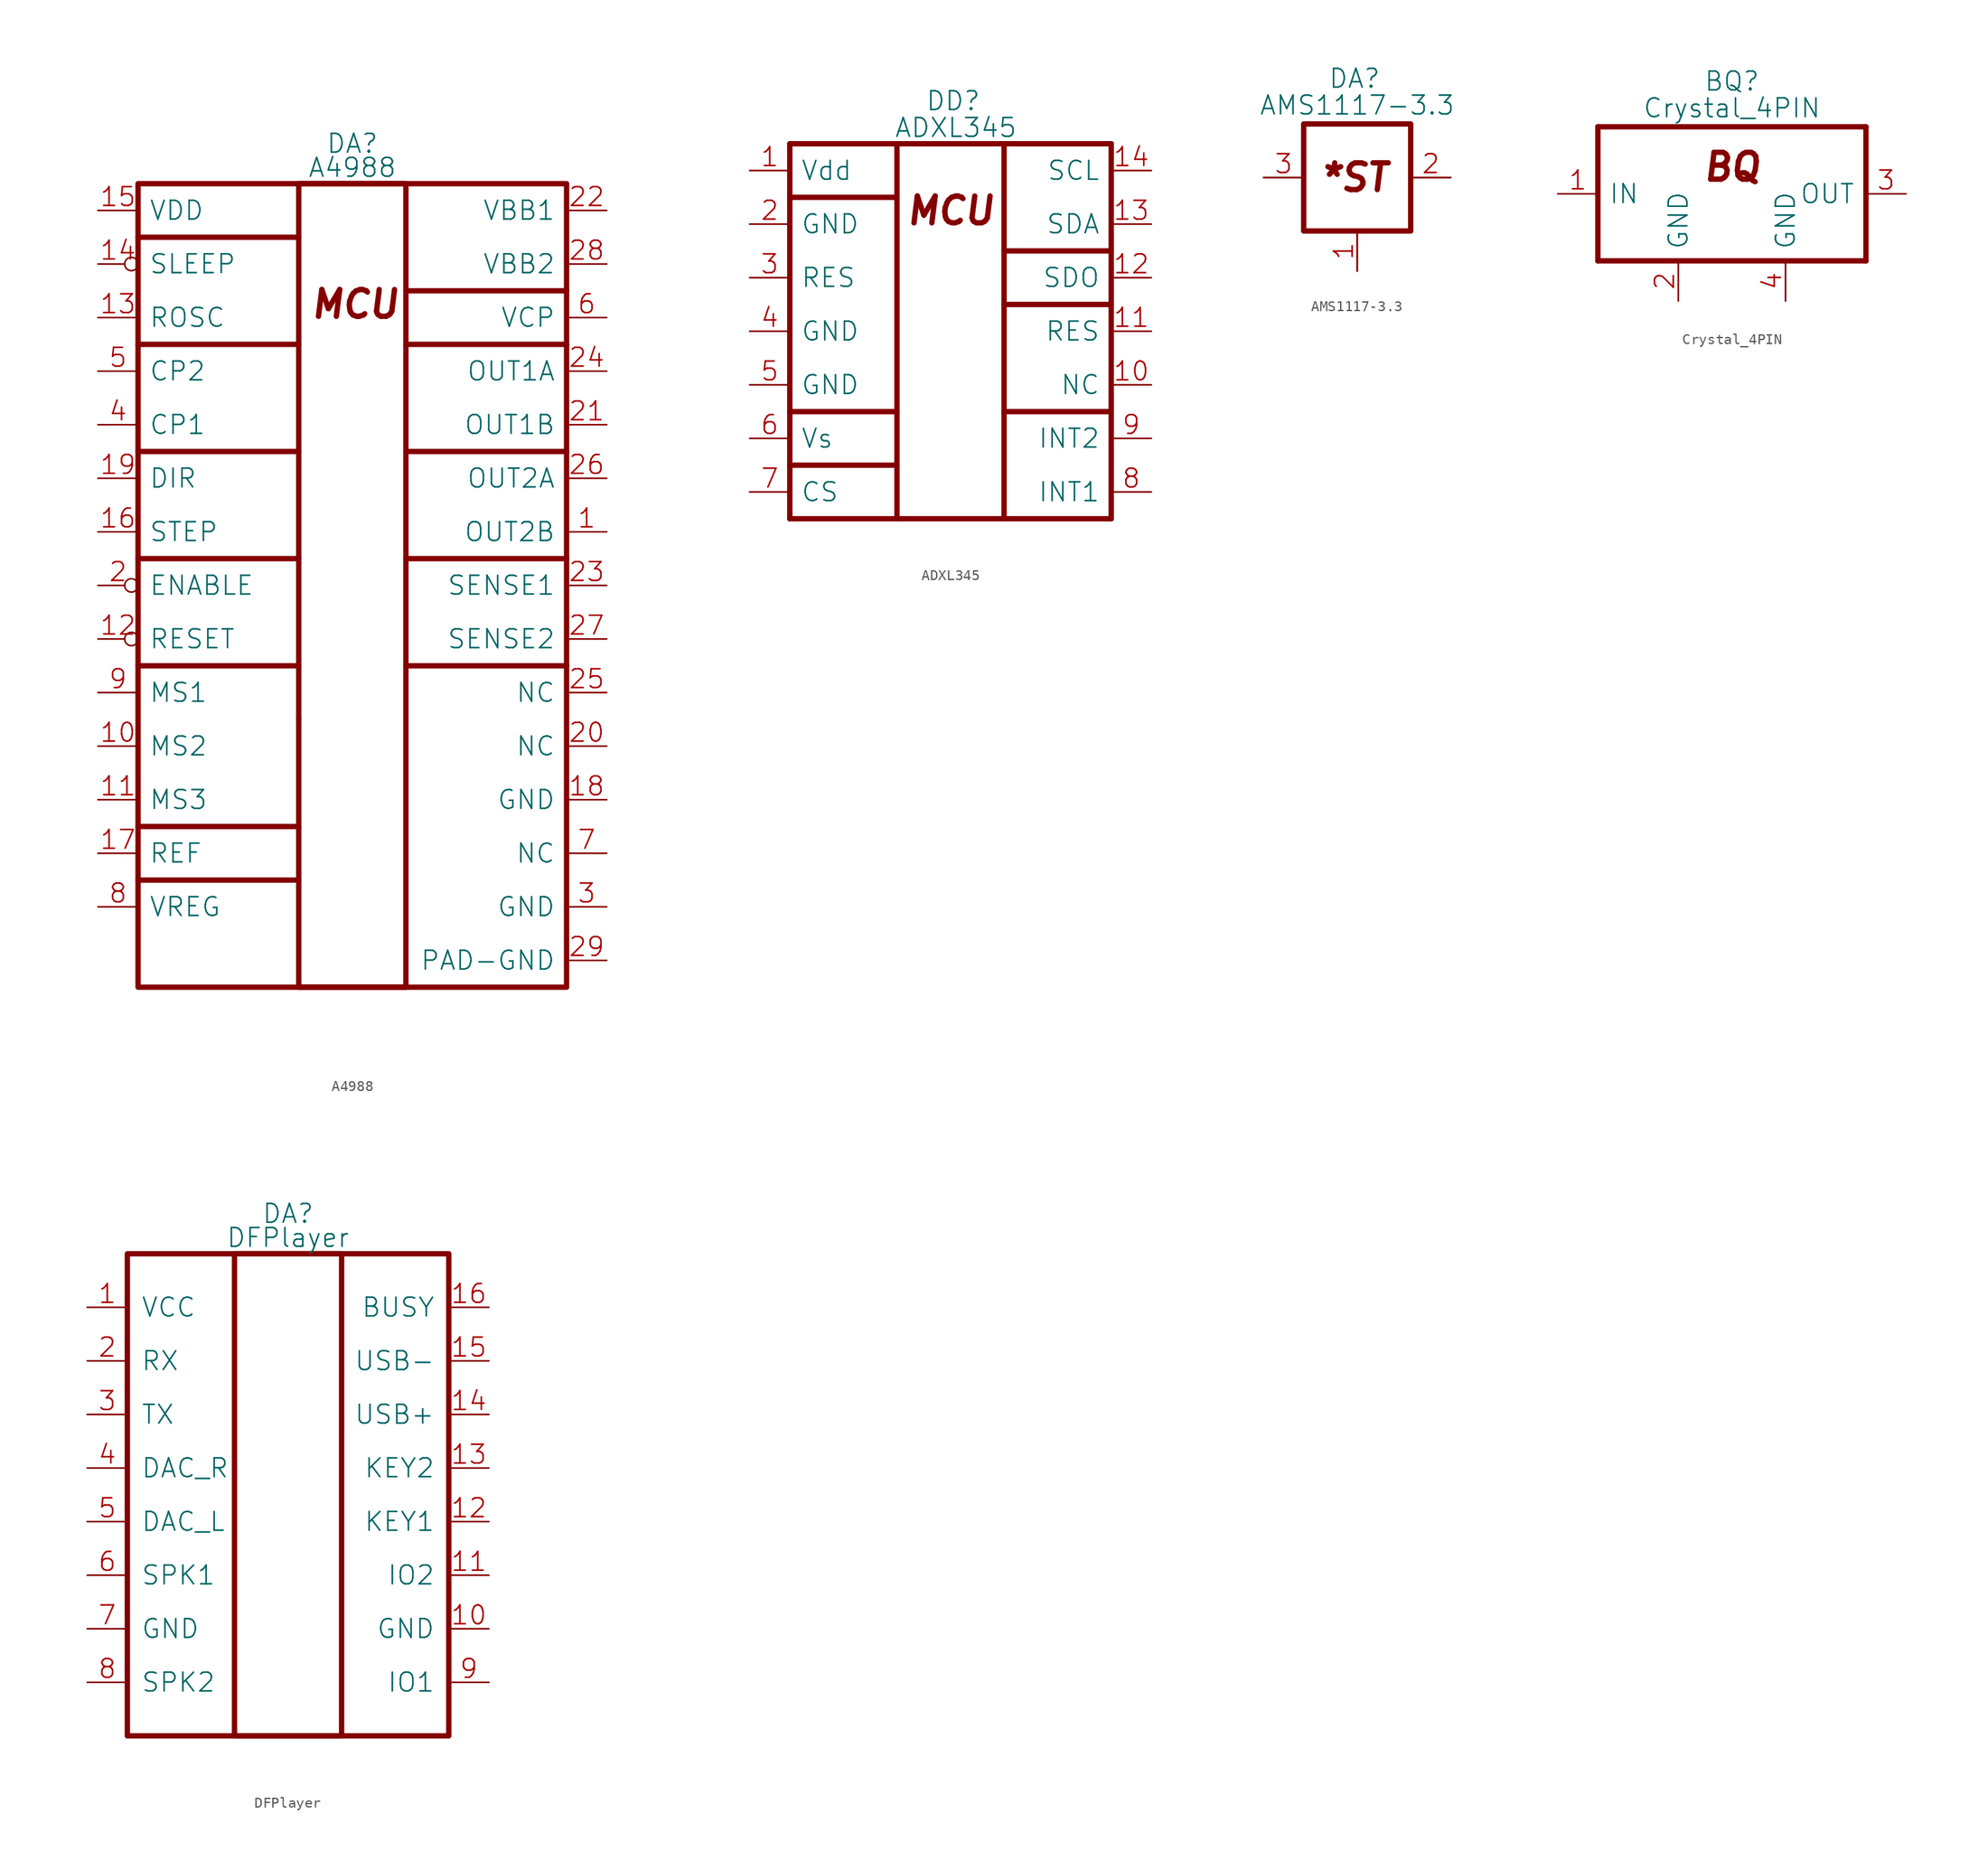
<source format=kicad_sym>
(kicad_symbol_lib
  (version 20211014)
  (generator kicad_symbol_editor)
  (symbol "A4988"
    (pin_names
      (offset 1.016))
    (property "Reference" "DA"
      (at 0 3.81 0)
      (effects (font (size 1.778 1.778))))
    (property "Value" "A4988"
      (at 0 1.524 0)
      (effects (font (size 1.778 1.778))))
    (symbol "A4988_0_1"
      (rectangle (start -20.32 0) (end 20.32 -76.2) (stroke (width 0.508) (type default) (color 0 0 0 0)) (fill (type none)))
      (rectangle (start -5.08 -50.8) (end -5.08 -50.8) (stroke (width 0.508) (type default) (color 0 0 0 0)) (fill (type none)))
      (rectangle (start -5.08 0) (end 5.08 -76.2) (stroke (width 0.508) (type default) (color 0 0 0 0)) (fill (type none)))
      (polyline (pts (xy -20.32 -66.04) (xy -5.08 -66.04)) (stroke (width 0.508) (type default) (color 0 0 0 0)) (fill (type none)))
      (polyline (pts (xy -20.32 -60.96) (xy -5.08 -60.96)) (stroke (width 0.508) (type default) (color 0 0 0 0)) (fill (type none)))
      (polyline (pts (xy -20.32 -45.72) (xy -5.08 -45.72)) (stroke (width 0.508) (type default) (color 0 0 0 0)) (fill (type none)))
      (polyline (pts (xy -20.32 -35.56) (xy -5.08 -35.56)) (stroke (width 0.508) (type default) (color 0 0 0 0)) (fill (type none)))
      (polyline (pts (xy -20.32 -25.4) (xy -5.08 -25.4)) (stroke (width 0.508) (type default) (color 0 0 0 0)) (fill (type none)))
      (polyline (pts (xy -20.32 -5.08) (xy -5.08 -5.08)) (stroke (width 0.508) (type default) (color 0 0 0 0)) (fill (type none)))
      (polyline (pts (xy -5.08 -15.24) (xy -20.32 -15.24)) (stroke (width 0.508) (type default) (color 0 0 0 0)) (fill (type none)))
      (polyline (pts (xy 20.32 -45.72) (xy 5.08 -45.72)) (stroke (width 0.508) (type default) (color 0 0 0 0)) (fill (type none)))
      (polyline (pts (xy 20.32 -35.56) (xy 5.08 -35.56)) (stroke (width 0.508) (type default) (color 0 0 0 0)) (fill (type none)))
      (polyline (pts (xy 20.32 -25.4) (xy 5.08 -25.4)) (stroke (width 0.508) (type default) (color 0 0 0 0)) (fill (type none)))
      (polyline (pts (xy 20.32 -15.24) (xy 5.08 -15.24)) (stroke (width 0.508) (type default) (color 0 0 0 0)) (fill (type none)))
      (polyline (pts (xy 20.32 -10.16) (xy 5.08 -10.16)) (stroke (width 0.508) (type default) (color 0 0 0 0)) (fill (type none)))
      (pin output line (at 24.13 -33.02 180) (length 3.81) (name "OUT2B" (effects (font (size 1.778 1.778)))) (number "1" (effects (font (size 1.778 1.778))))))
    (symbol "A4988_1_1"
      (text "MCU" (at 0.254 -11.43 0) (effects (font (size 2.54 2.54) bold italic)))
      (pin input line (at -24.13 -53.34 0) (length 3.81) (name "MS2" (effects (font (size 1.778 1.778)))) (number "10" (effects (font (size 1.778 1.778)))))
      (pin input line (at -24.13 -58.42 0) (length 3.81) (name "MS3" (effects (font (size 1.778 1.778)))) (number "11" (effects (font (size 1.778 1.778)))))
      (pin input inverted (at -24.13 -43.18 0) (length 3.81) (name "RESET" (effects (font (size 1.778 1.778)))) (number "12" (effects (font (size 1.778 1.778)))))
      (pin input line (at -24.13 -12.7 0) (length 3.81) (name "ROSC" (effects (font (size 1.778 1.778)))) (number "13" (effects (font (size 1.778 1.778)))))
      (pin input inverted (at -24.13 -7.62 0) (length 3.81) (name "SLEEP" (effects (font (size 1.778 1.778)))) (number "14" (effects (font (size 1.778 1.778)))))
      (pin power_in line (at -24.13 -2.54 0) (length 3.81) (name "VDD" (effects (font (size 1.778 1.778)))) (number "15" (effects (font (size 1.778 1.778)))))
      (pin input line (at -24.13 -33.02 0) (length 3.81) (name "STEP" (effects (font (size 1.778 1.778)))) (number "16" (effects (font (size 1.778 1.778)))))
      (pin power_in line (at -24.13 -63.5 0) (length 3.81) (name "REF" (effects (font (size 1.778 1.778)))) (number "17" (effects (font (size 1.778 1.778)))))
      (pin power_in line (at 24.13 -58.42 180) (length 3.81) (name "GND" (effects (font (size 1.778 1.778)))) (number "18" (effects (font (size 1.778 1.778)))))
      (pin input line (at -24.13 -27.94 0) (length 3.81) (name "DIR" (effects (font (size 1.778 1.778)))) (number "19" (effects (font (size 1.778 1.778)))))
      (pin input inverted (at -24.13 -38.1 0) (length 3.81) (name "ENABLE" (effects (font (size 1.778 1.778)))) (number "2" (effects (font (size 1.778 1.778)))))
      (pin unspecified line (at 24.13 -53.34 180) (length 3.81) (name "NC" (effects (font (size 1.778 1.778)))) (number "20" (effects (font (size 1.778 1.778)))))
      (pin output line (at 24.13 -22.86 180) (length 3.81) (name "OUT1B" (effects (font (size 1.778 1.778)))) (number "21" (effects (font (size 1.778 1.778)))))
      (pin power_in line (at 24.13 -2.54 180) (length 3.81) (name "VBB1" (effects (font (size 1.778 1.778)))) (number "22" (effects (font (size 1.778 1.778)))))
      (pin input line (at 24.13 -38.1 180) (length 3.81) (name "SENSE1" (effects (font (size 1.778 1.778)))) (number "23" (effects (font (size 1.778 1.778)))))
      (pin output line (at 24.13 -17.78 180) (length 3.81) (name "OUT1A" (effects (font (size 1.778 1.778)))) (number "24" (effects (font (size 1.778 1.778)))))
      (pin unspecified line (at 24.13 -48.26 180) (length 3.81) (name "NC" (effects (font (size 1.778 1.778)))) (number "25" (effects (font (size 1.778 1.778)))))
      (pin output line (at 24.13 -27.94 180) (length 3.81) (name "OUT2A" (effects (font (size 1.778 1.778)))) (number "26" (effects (font (size 1.778 1.778)))))
      (pin input line (at 24.13 -43.18 180) (length 3.81) (name "SENSE2" (effects (font (size 1.778 1.778)))) (number "27" (effects (font (size 1.778 1.778)))))
      (pin power_in line (at 24.13 -7.62 180) (length 3.81) (name "VBB2" (effects (font (size 1.778 1.778)))) (number "28" (effects (font (size 1.778 1.778)))))
      (pin output line (at 24.13 -73.66 180) (length 3.81) (name "PAD-GND" (effects (font (size 1.778 1.778)))) (number "29" (effects (font (size 1.778 1.778)))))
      (pin power_in line (at 24.13 -68.58 180) (length 3.81) (name "GND" (effects (font (size 1.778 1.778)))) (number "3" (effects (font (size 1.778 1.778)))))
      (pin bidirectional line (at -24.13 -22.86 0) (length 3.81) (name "CP1" (effects (font (size 1.778 1.778)))) (number "4" (effects (font (size 1.778 1.778)))))
      (pin bidirectional line (at -24.13 -17.78 0) (length 3.81) (name "CP2" (effects (font (size 1.778 1.778)))) (number "5" (effects (font (size 1.778 1.778)))))
      (pin bidirectional line (at 24.13 -12.7 180) (length 3.81) (name "VCP" (effects (font (size 1.778 1.778)))) (number "6" (effects (font (size 1.778 1.778)))))
      (pin unspecified line (at 24.13 -63.5 180) (length 3.81) (name "NC" (effects (font (size 1.778 1.778)))) (number "7" (effects (font (size 1.778 1.778)))))
      (pin power_out line (at -24.13 -68.58 0) (length 3.81) (name "VREG" (effects (font (size 1.778 1.778)))) (number "8" (effects (font (size 1.778 1.778)))))
      (pin input line (at -24.13 -48.26 0) (length 3.81) (name "MS1" (effects (font (size 1.778 1.778)))) (number "9" (effects (font (size 1.778 1.778)))))))
  (symbol "ADXL345"
    (pin_names
      (offset 1.016))
    (property "Reference" "DD"
      (at 0.254 14.224 0)
      (effects (font (size 1.778 1.778))))
    (property "Value" "ADXL345"
      (at 0.508 11.684 0)
      (effects (font (size 1.778 1.778))))
    (symbol "ADXL345_0_1"
      (polyline (pts (xy -15.24 -20.32) (xy -5.08 -20.32)) (stroke (width 0.508) (type default) (color 0 0 0 0)) (fill (type none)))
      (polyline (pts (xy -15.24 5.08) (xy -5.08 5.08)) (stroke (width 0.508) (type default) (color 0 0 0 0)) (fill (type none)))
      (polyline (pts (xy 15.24 -15.24) (xy 5.08 -15.24)) (stroke (width 0.508) (type default) (color 0 0 0 0)) (fill (type none)))
      (polyline (pts (xy 15.24 -5.08) (xy 5.08 -5.08)) (stroke (width 0.508) (type default) (color 0 0 0 0)) (fill (type none)))
      (polyline (pts (xy 15.24 0) (xy 5.08 0)) (stroke (width 0.508) (type default) (color 0 0 0 0)) (fill (type none)))
      (polyline (pts (xy 15.24 10.16) (xy -15.24 10.16)) (stroke (width 0.508) (type default) (color 0 0 0 0)) (fill (type none))))
    (symbol "ADXL345_1_1"
      (polyline (pts (xy -15.24 -25.4) (xy 15.24 -25.4)) (stroke (width 0.508) (type default) (color 0 0 0 0)) (fill (type none)))
      (polyline (pts (xy -15.24 -15.24) (xy -5.08 -15.24)) (stroke (width 0.508) (type default) (color 0 0 0 0)) (fill (type none)))
      (polyline (pts (xy -15.24 10.16) (xy -15.24 -25.4)) (stroke (width 0.508) (type default) (color 0 0 0 0)) (fill (type none)))
      (polyline (pts (xy -5.08 10.16) (xy -5.08 -25.4)) (stroke (width 0.508) (type default) (color 0 0 0 0)) (fill (type none)))
      (polyline (pts (xy 5.08 10.16) (xy 5.08 -25.4)) (stroke (width 0.508) (type default) (color 0 0 0 0)) (fill (type none)))
      (polyline (pts (xy 15.24 -25.4) (xy 15.24 10.16)) (stroke (width 0.508) (type default) (color 0 0 0 0)) (fill (type none)))
      (text "MCU" (at 0 3.81 0) (effects (font (size 2.54 2.54) bold italic)))
      (pin power_out line (at -19.05 7.62 0) (length 3.81) (name "Vdd" (effects (font (size 1.778 1.778)))) (number "1" (effects (font (size 1.778 1.778)))))
      (pin unspecified line (at 19.05 -12.7 180) (length 3.81) (name "NC" (effects (font (size 1.778 1.778)))) (number "10" (effects (font (size 1.778 1.778)))))
      (pin unspecified line (at 19.05 -7.62 180) (length 3.81) (name "RES" (effects (font (size 1.778 1.778)))) (number "11" (effects (font (size 1.778 1.778)))))
      (pin output line (at 19.05 -2.54 180) (length 3.81) (name "SDO" (effects (font (size 1.778 1.778)))) (number "12" (effects (font (size 1.778 1.778)))))
      (pin bidirectional line (at 19.05 2.54 180) (length 3.81) (name "SDA" (effects (font (size 1.778 1.778)))) (number "13" (effects (font (size 1.778 1.778)))))
      (pin bidirectional line (at 19.05 7.62 180) (length 3.81) (name "SCL" (effects (font (size 1.778 1.778)))) (number "14" (effects (font (size 1.778 1.778)))))
      (pin power_in line (at -19.05 2.54 0) (length 3.81) (name "GND" (effects (font (size 1.778 1.778)))) (number "2" (effects (font (size 1.778 1.778)))))
      (pin unspecified line (at -19.05 -2.54 0) (length 3.81) (name "RES" (effects (font (size 1.778 1.778)))) (number "3" (effects (font (size 1.778 1.778)))))
      (pin power_in line (at -19.05 -7.62 0) (length 3.81) (name "GND" (effects (font (size 1.778 1.778)))) (number "4" (effects (font (size 1.778 1.778)))))
      (pin power_in line (at -19.05 -12.7 0) (length 3.81) (name "GND" (effects (font (size 1.778 1.778)))) (number "5" (effects (font (size 1.778 1.778)))))
      (pin power_in line (at -19.05 -17.78 0) (length 3.81) (name "Vs" (effects (font (size 1.778 1.778)))) (number "6" (effects (font (size 1.778 1.778)))))
      (pin input line (at -19.05 -22.86 0) (length 3.81) (name "CS" (effects (font (size 1.778 1.778)))) (number "7" (effects (font (size 1.778 1.778)))))
      (pin output line (at 19.05 -22.86 180) (length 3.81) (name "INT1" (effects (font (size 1.778 1.778)))) (number "8" (effects (font (size 1.778 1.778)))))
      (pin output line (at 19.05 -17.78 180) (length 3.81) (name "INT2" (effects (font (size 1.778 1.778)))) (number "9" (effects (font (size 1.778 1.778)))))))
  (symbol "AMS1117-3.3"
    (pin_names
      (offset 1.016) hide)
    (property "Reference" "DA"
      (at -0.254 9.398 0)
      (effects (font (size 1.778 1.778))))
    (property "Value" "AMS1117-3.3"
      (at 0 6.858 0)
      (effects (font (size 1.778 1.778))))
    (symbol "AMS1117-3.3_1_1"
      (rectangle (start -5.08 5.08) (end 5.08 -5.08) (stroke (width 0.508) (type default) (color 0 0 0 0)) (fill (type none)))
      (polyline (pts (xy -8.89 0) (xy -5.08 0)) (stroke (width 0) (type default) (color 0 0 0 0)) (fill (type none)))
      (polyline (pts (xy 0 -5.08) (xy 0 -8.89)) (stroke (width 0) (type default) (color 0 0 0 0)) (fill (type none)))
      (polyline (pts (xy 5.08 0) (xy 8.89 0)) (stroke (width 0) (type default) (color 0 0 0 0)) (fill (type none)))
      (text "*ST" (at -0.254 0 0) (effects (font (size 2.54 2.54) bold italic)))
      (pin power_in line (at 0 -8.89 90) (length 3.81) (name "GND" (effects (font (size 1.778 1.778)))) (number "1" (effects (font (size 1.778 1.778)))))
      (pin power_out line (at 8.89 0 180) (length 3.81) (name "OUT" (effects (font (size 1.778 1.778)))) (number "2" (effects (font (size 1.778 1.778)))))
      (pin power_in line (at -8.89 0 0) (length 3.81) (name "IN" (effects (font (size 1.778 1.778)))) (number "3" (effects (font (size 1.778 1.778)))))))
  (symbol "Crystal_4PIN"
    (pin_names
      (offset 1.016))
    (property "Reference" "BQ"
      (at 0 14.478 0)
      (effects (font (size 1.778 1.778))))
    (property "Value" "Crystal_4PIN"
      (at 0 11.938 0)
      (effects (font (size 1.778 1.778))))
    (symbol "Crystal_4PIN_0_1"
      (polyline (pts (xy -12.7 -2.54) (xy 12.7 -2.54)) (stroke (width 0.508) (type default) (color 0 0 0 0)) (fill (type none)))
      (polyline (pts (xy -12.7 10.16) (xy -12.7 -2.54)) (stroke (width 0.508) (type default) (color 0 0 0 0)) (fill (type none)))
      (polyline (pts (xy 12.7 -2.54) (xy 12.7 10.16)) (stroke (width 0.508) (type default) (color 0 0 0 0)) (fill (type none)))
      (polyline (pts (xy 12.7 10.16) (xy -12.7 10.16)) (stroke (width 0.508) (type default) (color 0 0 0 0)) (fill (type none))))
    (symbol "Crystal_4PIN_1_1"
      (text "BQ" (at 0 6.35 0) (effects (font (size 2.54 2.54) bold italic)))
      (pin input line (at -16.51 3.81 0) (length 3.81) (name "IN" (effects (font (size 1.778 1.778)))) (number "1" (effects (font (size 1.778 1.778)))))
      (pin power_in line (at -5.08 -6.35 90) (length 3.81) (name "GND" (effects (font (size 1.778 1.778)))) (number "2" (effects (font (size 1.778 1.778)))))
      (pin output line (at 16.51 3.81 180) (length 3.81) (name "OUT" (effects (font (size 1.778 1.778)))) (number "3" (effects (font (size 1.778 1.778)))))
      (pin power_in line (at 5.08 -6.35 90) (length 3.81) (name "GND" (effects (font (size 1.778 1.778)))) (number "4" (effects (font (size 1.778 1.778)))))))
  (symbol "DFPlayer"
    (pin_names
      (offset 1.27))
    (property "Reference" "DA"
      (at 0 3.81 0)
      (effects (font (size 1.778 1.778))))
    (property "Value" "DFPlayer"
      (at 0 1.524 0)
      (effects (font (size 1.778 1.778))))
    (symbol "DFPlayer_0_1"
      (rectangle (start -5.08 0) (end 5.08 -45.72) (stroke (width 0.508) (type default) (color 0 0 0 0)) (fill (type none)))
      (rectangle (start 15.24 -45.72) (end -15.24 0) (stroke (width 0.508) (type default) (color 0 0 0 0)) (fill (type none))))
    (symbol "DFPlayer_1_1"
      (pin power_in line (at -19.05 -5.08 0) (length 3.81) (name "VCC" (effects (font (size 1.778 1.778)))) (number "1" (effects (font (size 1.778 1.778)))))
      (pin power_in line (at 19.05 -35.56 180) (length 3.81) (name "GND" (effects (font (size 1.778 1.778)))) (number "10" (effects (font (size 1.778 1.778)))))
      (pin input line (at 19.05 -30.48 180) (length 3.81) (name "IO2" (effects (font (size 1.778 1.778)))) (number "11" (effects (font (size 1.778 1.778)))))
      (pin input line (at 19.05 -25.4 180) (length 3.81) (name "KEY1" (effects (font (size 1.778 1.778)))) (number "12" (effects (font (size 1.778 1.778)))))
      (pin input line (at 19.05 -20.32 180) (length 3.81) (name "KEY2" (effects (font (size 1.778 1.778)))) (number "13" (effects (font (size 1.778 1.778)))))
      (pin bidirectional line (at 19.05 -15.24 180) (length 3.81) (name "USB+" (effects (font (size 1.778 1.778)))) (number "14" (effects (font (size 1.778 1.778)))))
      (pin bidirectional line (at 19.05 -10.16 180) (length 3.81) (name "USB-" (effects (font (size 1.778 1.778)))) (number "15" (effects (font (size 1.778 1.778)))))
      (pin output line (at 19.05 -5.08 180) (length 3.81) (name "BUSY" (effects (font (size 1.778 1.778)))) (number "16" (effects (font (size 1.778 1.778)))))
      (pin input line (at -19.05 -10.16 0) (length 3.81) (name "RX" (effects (font (size 1.778 1.778)))) (number "2" (effects (font (size 1.778 1.778)))))
      (pin output line (at -19.05 -15.24 0) (length 3.81) (name "TX" (effects (font (size 1.778 1.778)))) (number "3" (effects (font (size 1.778 1.778)))))
      (pin output line (at -19.05 -20.32 0) (length 3.81) (name "DAC_R" (effects (font (size 1.778 1.778)))) (number "4" (effects (font (size 1.778 1.778)))))
      (pin output line (at -19.05 -25.4 0) (length 3.81) (name "DAC_L" (effects (font (size 1.778 1.778)))) (number "5" (effects (font (size 1.778 1.778)))))
      (pin output line (at -19.05 -30.48 0) (length 3.81) (name "SPK1" (effects (font (size 1.778 1.778)))) (number "6" (effects (font (size 1.778 1.778)))))
      (pin power_in line (at -19.05 -35.56 0) (length 3.81) (name "GND" (effects (font (size 1.778 1.778)))) (number "7" (effects (font (size 1.778 1.778)))))
      (pin output line (at -19.05 -40.64 0) (length 3.81) (name "SPK2" (effects (font (size 1.778 1.778)))) (number "8" (effects (font (size 1.778 1.778)))))
      (pin input line (at 19.05 -40.64 180) (length 3.81) (name "IO1" (effects (font (size 1.778 1.778)))) (number "9" (effects (font (size 1.778 1.778))))))))
</source>
